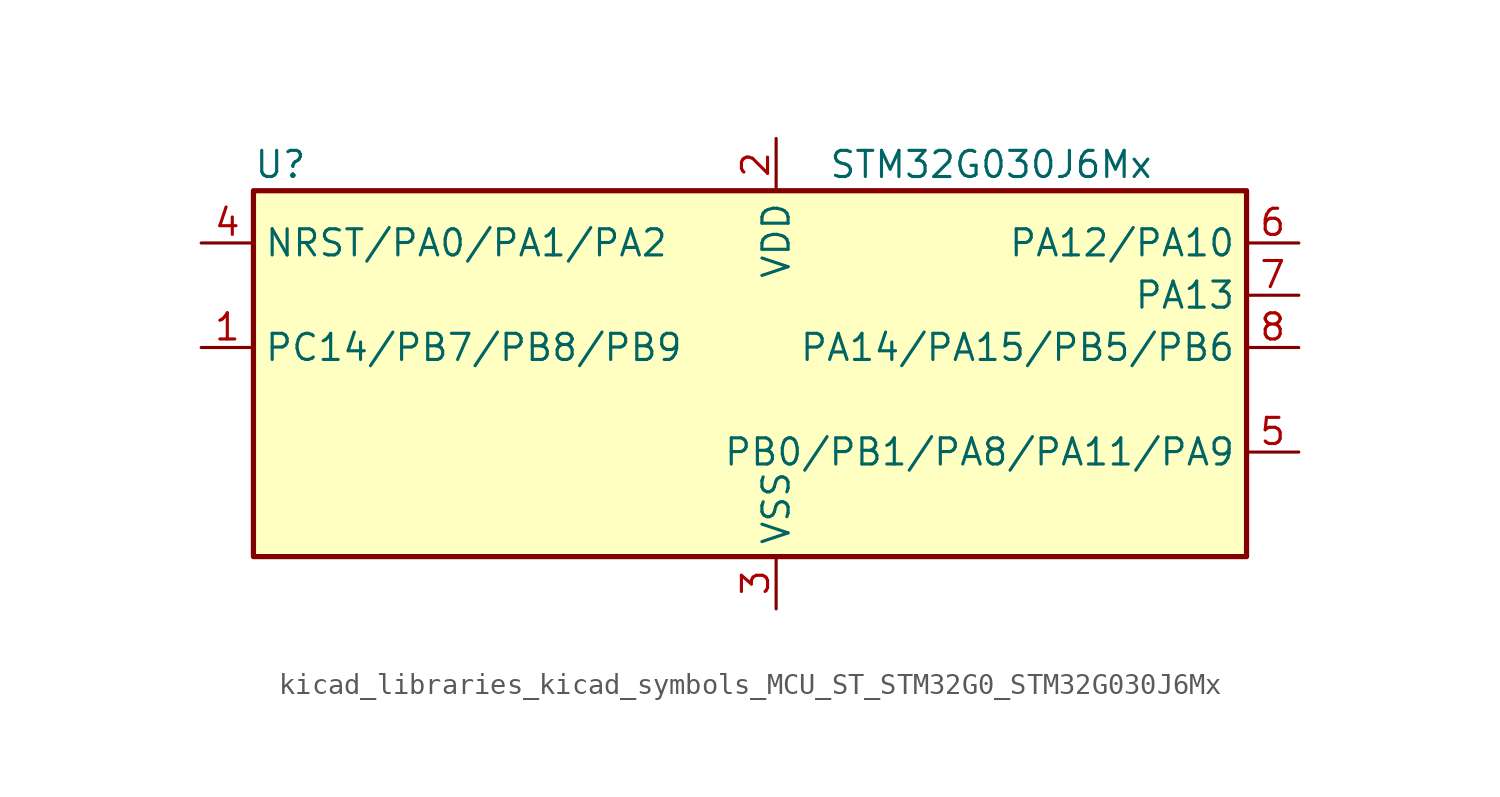
<source format=kicad_sym>
(kicad_symbol_lib
  (version 20220914)
  (generator kicad_symbol_editor)
  (symbol "kicad_libraries_kicad_symbols_MCU_ST_STM32G0_STM32G030J6Mx"
    (property "Reference" "U"
      (at -22.86 11.43 0)
      (effects (font (size 1.27 1.27)) (justify left)))
    (property "Value" "STM32G030J6Mx"
      (at 5.08 11.43 0)
      (effects (font (size 1.27 1.27)) (justify left)))
    (property "ki_locked" ""
      (at 0 0 0)
      (effects (font (size 1.27 1.27))))
    (symbol "kicad_libraries_kicad_symbols_MCU_ST_STM32G0_STM32G030J6Mx_0_1"
      (rectangle (start -22.86 -7.62) (end 25.4 10.16) (stroke (width 0.254) (type default)) (fill (type background))))
    (symbol "kicad_libraries_kicad_symbols_MCU_ST_STM32G0_STM32G030J6Mx_1_1"
      (pin bidirectional line (at -25.4 2.54 0) (length 2.54) (name "PC14/PB7/PB8/PB9" (effects (font (size 1.27 1.27)))) (number "1" (effects (font (size 1.27 1.27)))) (alternate "RCC_OSC32_IN" bidirectional line) (alternate "RCC_OSC_IN" bidirectional line) (alternate "TIM1_BK2" bidirectional line))
      (pin power_in line (at 2.54 12.7 270) (length 2.54) (name "VDD" (effects (font (size 1.27 1.27)))) (number "2" (effects (font (size 1.27 1.27)))))
      (pin power_in line (at 2.54 -10.16 90) (length 2.54) (name "VSS" (effects (font (size 1.27 1.27)))) (number "3" (effects (font (size 1.27 1.27)))))
      (pin input line (at -25.4 7.62 0) (length 2.54) (name "NRST/PA0/PA1/PA2" (effects (font (size 1.27 1.27)))) (number "4" (effects (font (size 1.27 1.27)))))
      (pin bidirectional line (at 27.94 -2.54 180) (length 2.54) (name "PB0/PB1/PA8/PA11/PA9" (effects (font (size 1.27 1.27)))) (number "5" (effects (font (size 1.27 1.27)))) (alternate "ADC1_IN8" bidirectional line) (alternate "I2S1_WS" bidirectional line) (alternate "SPI1_NSS" bidirectional line) (alternate "TIM1_CH2N" bidirectional line) (alternate "TIM3_CH3" bidirectional line))
      (pin bidirectional line (at 27.94 7.62 180) (length 2.54) (name "PA12/PA10" (effects (font (size 1.27 1.27)))) (number "6" (effects (font (size 1.27 1.27)))) (alternate "ADC1_IN16" bidirectional line) (alternate "I2C2_SDA" bidirectional line) (alternate "I2S1_SD" bidirectional line) (alternate "I2S_CKIN" bidirectional line) (alternate "SPI1_MOSI" bidirectional line) (alternate "TIM1_ETR" bidirectional line) (alternate "USART1_CK" bidirectional line) (alternate "USART1_DE" bidirectional line) (alternate "USART1_RTS" bidirectional line))
      (pin bidirectional line (at 27.94 5.08 180) (length 2.54) (name "PA13" (effects (font (size 1.27 1.27)))) (number "7" (effects (font (size 1.27 1.27)))) (alternate "ADC1_IN17" bidirectional line) (alternate "IR_OUT" bidirectional line) (alternate "SYS_SWDIO" bidirectional line))
      (pin bidirectional line (at 27.94 2.54 180) (length 2.54) (name "PA14/PA15/PB5/PB6" (effects (font (size 1.27 1.27)))) (number "8" (effects (font (size 1.27 1.27)))) (alternate "ADC1_IN18" bidirectional line) (alternate "SYS_SWCLK" bidirectional line) (alternate "USART2_TX" bidirectional line)))))
</source>
